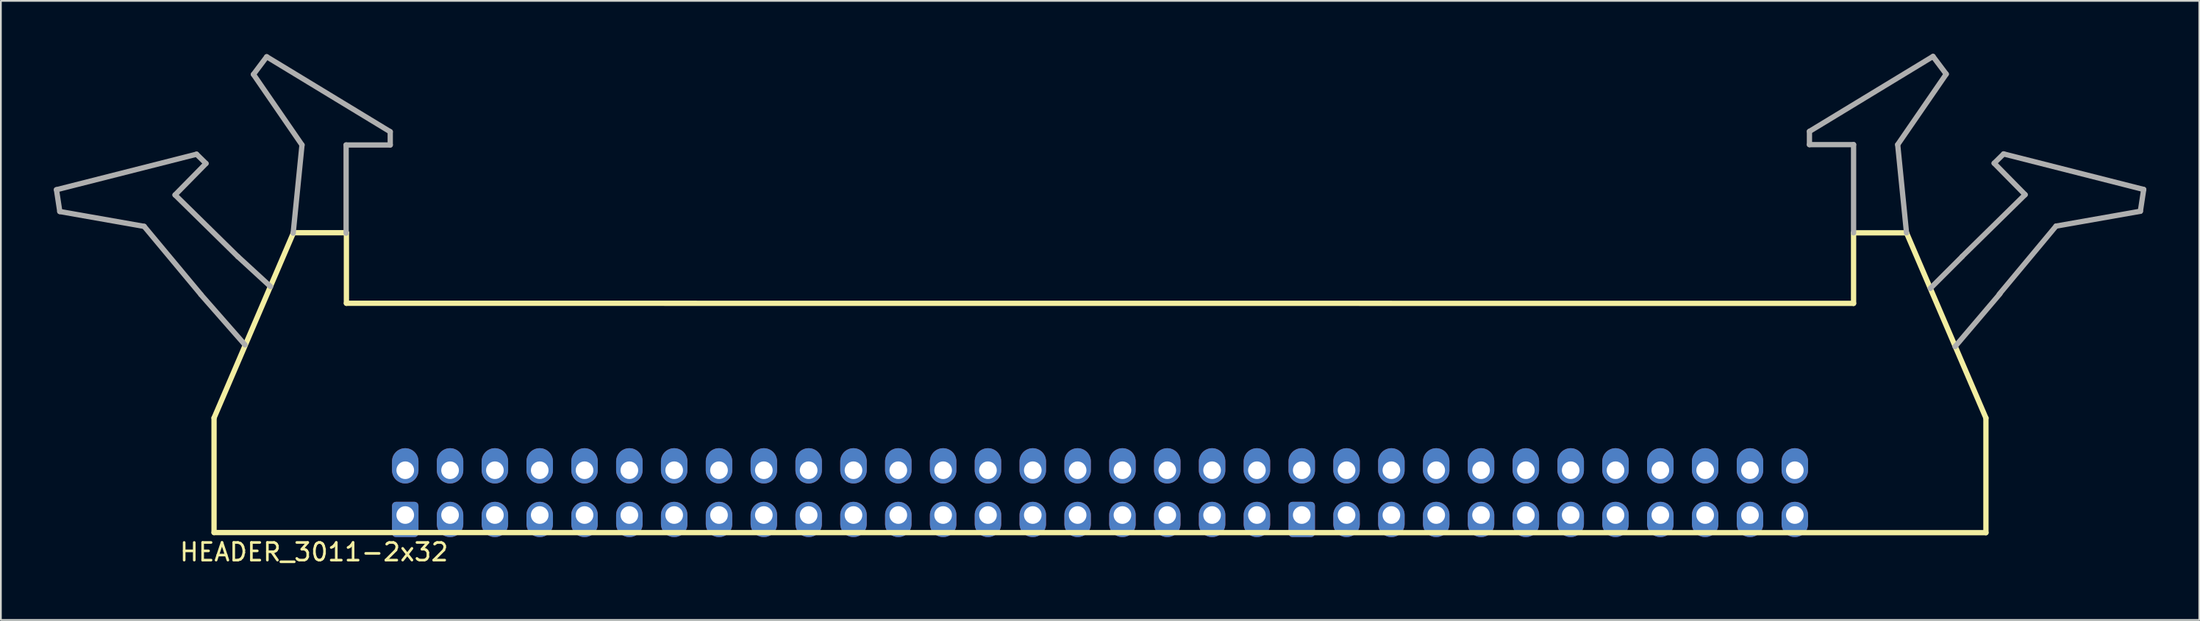
<source format=kicad_pcb>
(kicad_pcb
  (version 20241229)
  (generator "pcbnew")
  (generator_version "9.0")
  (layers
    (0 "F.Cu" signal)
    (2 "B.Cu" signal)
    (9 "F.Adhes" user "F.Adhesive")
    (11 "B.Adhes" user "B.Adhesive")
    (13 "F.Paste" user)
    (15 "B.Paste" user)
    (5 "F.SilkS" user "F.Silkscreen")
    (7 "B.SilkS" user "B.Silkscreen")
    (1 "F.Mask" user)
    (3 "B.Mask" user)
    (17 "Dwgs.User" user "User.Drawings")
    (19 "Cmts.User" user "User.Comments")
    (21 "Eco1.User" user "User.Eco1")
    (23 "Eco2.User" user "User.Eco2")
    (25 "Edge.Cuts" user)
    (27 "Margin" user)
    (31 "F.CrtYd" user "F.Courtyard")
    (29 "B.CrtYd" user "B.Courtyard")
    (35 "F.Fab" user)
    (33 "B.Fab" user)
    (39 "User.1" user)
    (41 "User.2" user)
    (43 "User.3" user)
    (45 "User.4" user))
  (footprint "HEADER_3011-2x32"
    (layer "F.Cu")
    (at 59.283 26.15)
    (property "Reference" "HEADER_3011-2x32" (at -44.54 2.1 0) (layer "F.SilkS") (effects (font (size 1 1) (thickness 0.15))))
    (attr through_hole)
    (fp_line (start -50.204 -5.506) (end -45.704 -16.006) (stroke (width 0.3) (type solid)) (layer "F.SilkS"))
    (fp_line (start -50.204 0.994) (end -50.204 -5.506) (stroke (width 0.3) (type solid)) (layer "F.SilkS"))
    (fp_line (start -50.204 0.994) (end 50.2 1) (stroke (width 0.3) (type solid)) (layer "F.SilkS"))
    (fp_line (start -45.704 -16.006) (end -42.704 -16.006) (stroke (width 0.3) (type solid)) (layer "F.SilkS"))
    (fp_line (start -42.704 -16.006) (end -42.704 -12.006) (stroke (width 0.3) (type solid)) (layer "F.SilkS"))
    (fp_line (start 42.7 -16) (end 42.7 -12) (stroke (width 0.3) (type solid)) (layer "F.SilkS"))
    (fp_line (start 42.7 -12) (end -42.704 -12.006) (stroke (width 0.3) (type solid)) (layer "F.SilkS"))
    (fp_line (start 45.7 -16) (end 42.7 -16) (stroke (width 0.3) (type solid)) (layer "F.SilkS"))
    (fp_line (start 50.2 -5.5) (end 45.7 -16) (stroke (width 0.3) (type solid)) (layer "F.SilkS"))
    (fp_line (start 50.2 1) (end 50.2 -5.5) (stroke (width 0.3) (type solid)) (layer "F.SilkS"))
    (fp_line (start -59.133 -18.444) (end -58.945 -17.208) (stroke (width 0.3) (type solid)) (layer "F.Fab"))
    (fp_line (start -58.945 -17.208) (end -54.165 -16.366) (stroke (width 0.3) (type solid)) (layer "F.Fab"))
    (fp_line (start -54.165 -16.366) (end -50.949 -12.504) (stroke (width 0.3) (type solid)) (layer "F.Fab"))
    (fp_line (start -52.413 -18.149) (end -50.66 -19.932) (stroke (width 0.3) (type solid)) (layer "F.Fab"))
    (fp_line (start -51.195 -20.457) (end -59.133 -18.444) (stroke (width 0.3) (type solid)) (layer "F.Fab"))
    (fp_line (start -50.95 -12.5) (end -48.45 -9.65) (stroke (width 0.3) (type solid)) (layer "F.Fab"))
    (fp_line (start -50.66 -19.932) (end -51.195 -20.457) (stroke (width 0.3) (type solid)) (layer "F.Fab"))
    (fp_line (start -48.85 -14.65) (end -47 -12.95) (stroke (width 0.3) (type solid)) (layer "F.Fab"))
    (fp_line (start -48.846 -14.644) (end -52.413 -18.149) (stroke (width 0.3) (type solid)) (layer "F.Fab"))
    (fp_line (start -47.97 -24.982) (end -45.22 -20.982) (stroke (width 0.3) (type solid)) (layer "F.Fab"))
    (fp_line (start -47.22 -25.982) (end -47.97 -24.982) (stroke (width 0.3) (type solid)) (layer "F.Fab"))
    (fp_line (start -45.22 -20.982) (end -45.72 -15.982) (stroke (width 0.3) (type solid)) (layer "F.Fab"))
    (fp_line (start -42.72 -20.982) (end -40.22 -20.982) (stroke (width 0.3) (type solid)) (layer "F.Fab"))
    (fp_line (start -42.72 -15.982) (end -42.72 -20.982) (stroke (width 0.3) (type solid)) (layer "F.Fab"))
    (fp_line (start -40.22 -21.732) (end -47.22 -25.982) (stroke (width 0.3) (type solid)) (layer "F.Fab"))
    (fp_line (start -40.22 -20.982) (end -40.22 -21.732) (stroke (width 0.3) (type solid)) (layer "F.Fab"))
    (fp_line (start 40.2 -21.75) (end 47.2 -26) (stroke (width 0.3) (type solid)) (layer "F.Fab"))
    (fp_line (start 40.2 -21) (end 40.2 -21.75) (stroke (width 0.3) (type solid)) (layer "F.Fab"))
    (fp_line (start 42.7 -21) (end 40.2 -21) (stroke (width 0.3) (type solid)) (layer "F.Fab"))
    (fp_line (start 42.7 -16) (end 42.7 -21) (stroke (width 0.3) (type solid)) (layer "F.Fab"))
    (fp_line (start 45.2 -21) (end 45.7 -16) (stroke (width 0.3) (type solid)) (layer "F.Fab"))
    (fp_line (start 47.2 -26) (end 47.95 -25) (stroke (width 0.3) (type solid)) (layer "F.Fab"))
    (fp_line (start 47.95 -25) (end 45.2 -21) (stroke (width 0.3) (type solid)) (layer "F.Fab"))
    (fp_line (start 48.85 -14.65) (end 47.05 -12.85) (stroke (width 0.3) (type solid)) (layer "F.Fab"))
    (fp_line (start 48.853 -14.659) (end 52.42 -18.164) (stroke (width 0.3) (type solid)) (layer "F.Fab"))
    (fp_line (start 50.667 -19.947) (end 51.202 -20.473) (stroke (width 0.3) (type solid)) (layer "F.Fab"))
    (fp_line (start 51 -12.55) (end 48.45 -9.55) (stroke (width 0.3) (type solid)) (layer "F.Fab"))
    (fp_line (start 51.202 -20.473) (end 59.14 -18.459) (stroke (width 0.3) (type solid)) (layer "F.Fab"))
    (fp_line (start 52.42 -18.164) (end 50.667 -19.947) (stroke (width 0.3) (type solid)) (layer "F.Fab"))
    (fp_line (start 54.172 -16.381) (end 50.956 -12.52) (stroke (width 0.3) (type solid)) (layer "F.Fab"))
    (fp_line (start 58.952 -17.223) (end 54.172 -16.381) (stroke (width 0.3) (type solid)) (layer "F.Fab"))
    (fp_line (start 59.14 -18.459) (end 58.952 -17.223) (stroke (width 0.3) (type solid)) (layer "F.Fab"))
    (pad "1" thru_hole roundrect (at -39.37 0) (size 1.5 2) (drill 1 (offset 0 0.25)) (layers "*.Cu" "*.Mask") (roundrect_rratio 0.15))
    (pad "2" thru_hole oval (at -39.37 -2.54 180) (size 1.5 2) (drill 1 (offset 0 0.25)) (layers "*.Cu" "*.Mask"))
    (pad "3" thru_hole oval (at -36.83 0) (size 1.5 2) (drill 1 (offset 0 0.25)) (layers "*.Cu" "*.Mask"))
    (pad "4" thru_hole oval (at -36.83 -2.54 180) (size 1.5 2) (drill 1 (offset 0 0.25)) (layers "*.Cu" "*.Mask"))
    (pad "5" thru_hole oval (at -34.29 0) (size 1.5 2) (drill 1 (offset 0 0.25)) (layers "*.Cu" "*.Mask"))
    (pad "6" thru_hole oval (at -34.29 -2.54 180) (size 1.5 2) (drill 1 (offset 0 0.25)) (layers "*.Cu" "*.Mask"))
    (pad "7" thru_hole oval (at -31.75 0) (size 1.5 2) (drill 1 (offset 0 0.25)) (layers "*.Cu" "*.Mask"))
    (pad "8" thru_hole oval (at -31.75 -2.54 180) (size 1.5 2) (drill 1 (offset 0 0.25)) (layers "*.Cu" "*.Mask"))
    (pad "9" thru_hole oval (at -29.21 0) (size 1.5 2) (drill 1 (offset 0 0.25)) (layers "*.Cu" "*.Mask"))
    (pad "10" thru_hole oval (at -29.21 -2.54 180) (size 1.5 2) (drill 1 (offset 0 0.25)) (layers "*.Cu" "*.Mask"))
    (pad "11" thru_hole oval (at -26.67 0) (size 1.5 2) (drill 1 (offset 0 0.25)) (layers "*.Cu" "*.Mask"))
    (pad "12" thru_hole oval (at -26.67 -2.54 180) (size 1.5 2) (drill 1 (offset 0 0.25)) (layers "*.Cu" "*.Mask"))
    (pad "13" thru_hole oval (at -24.13 0) (size 1.5 2) (drill 1 (offset 0 0.25)) (layers "*.Cu" "*.Mask"))
    (pad "14" thru_hole oval (at -24.13 -2.54 180) (size 1.5 2) (drill 1 (offset 0 0.25)) (layers "*.Cu" "*.Mask"))
    (pad "15" thru_hole oval (at -21.59 0) (size 1.5 2) (drill 1 (offset 0 0.25)) (layers "*.Cu" "*.Mask"))
    (pad "16" thru_hole oval (at -21.59 -2.54 180) (size 1.5 2) (drill 1 (offset 0 0.25)) (layers "*.Cu" "*.Mask"))
    (pad "17" thru_hole oval (at -19.05 0) (size 1.5 2) (drill 1 (offset 0 0.25)) (layers "*.Cu" "*.Mask"))
    (pad "18" thru_hole oval (at -19.05 -2.54 180) (size 1.5 2) (drill 1 (offset 0 0.25)) (layers "*.Cu" "*.Mask"))
    (pad "19" thru_hole oval (at -16.51 0) (size 1.5 2) (drill 1 (offset 0 0.25)) (layers "*.Cu" "*.Mask"))
    (pad "20" thru_hole oval (at -16.51 -2.54 180) (size 1.5 2) (drill 1 (offset 0 0.25)) (layers "*.Cu" "*.Mask"))
    (pad "21" thru_hole oval (at -13.97 0) (size 1.5 2) (drill 1 (offset 0 0.25)) (layers "*.Cu" "*.Mask"))
    (pad "22" thru_hole oval (at -13.97 -2.54 180) (size 1.5 2) (drill 1 (offset 0 0.25)) (layers "*.Cu" "*.Mask"))
    (pad "23" thru_hole oval (at -11.43 0) (size 1.5 2) (drill 1 (offset 0 0.25)) (layers "*.Cu" "*.Mask"))
    (pad "24" thru_hole oval (at -11.43 -2.54 180) (size 1.5 2) (drill 1 (offset 0 0.25)) (layers "*.Cu" "*.Mask"))
    (pad "25" thru_hole oval (at -8.89 0) (size 1.5 2) (drill 1 (offset 0 0.25)) (layers "*.Cu" "*.Mask"))
    (pad "26" thru_hole oval (at -8.89 -2.54 180) (size 1.5 2) (drill 1 (offset 0 0.25)) (layers "*.Cu" "*.Mask"))
    (pad "27" thru_hole oval (at -6.35 0) (size 1.5 2) (drill 1 (offset 0 0.25)) (layers "*.Cu" "*.Mask"))
    (pad "28" thru_hole oval (at -6.35 -2.54 180) (size 1.5 2) (drill 1 (offset 0 0.25)) (layers "*.Cu" "*.Mask"))
    (pad "29" thru_hole oval (at -3.81 0) (size 1.5 2) (drill 1 (offset 0 0.25)) (layers "*.Cu" "*.Mask"))
    (pad "30" thru_hole oval (at -3.81 -2.54 180) (size 1.5 2) (drill 1 (offset 0 0.25)) (layers "*.Cu" "*.Mask"))
    (pad "31" thru_hole oval (at -1.27 0) (size 1.5 2) (drill 1 (offset 0 0.25)) (layers "*.Cu" "*.Mask"))
    (pad "32" thru_hole oval (at -1.27 -2.54 180) (size 1.5 2) (drill 1 (offset 0 0.25)) (layers "*.Cu" "*.Mask"))
    (pad "33" thru_hole oval (at 1.27 0) (size 1.5 2) (drill 1 (offset 0 0.25)) (layers "*.Cu" "*.Mask"))
    (pad "34" thru_hole oval (at 1.27 -2.54 180) (size 1.5 2) (drill 1 (offset 0 0.25)) (layers "*.Cu" "*.Mask"))
    (pad "35" thru_hole oval (at 3.81 0) (size 1.5 2) (drill 1 (offset 0 0.25)) (layers "*.Cu" "*.Mask"))
    (pad "36" thru_hole oval (at 3.81 -2.54 180) (size 1.5 2) (drill 1 (offset 0 0.25)) (layers "*.Cu" "*.Mask"))
    (pad "37" thru_hole oval (at 6.35 0) (size 1.5 2) (drill 1 (offset 0 0.25)) (layers "*.Cu" "*.Mask"))
    (pad "38" thru_hole oval (at 6.35 -2.54 180) (size 1.5 2) (drill 1 (offset 0 0.25)) (layers "*.Cu" "*.Mask"))
    (pad "39" thru_hole oval (at 8.89 0) (size 1.5 2) (drill 1 (offset 0 0.25)) (layers "*.Cu" "*.Mask"))
    (pad "40" thru_hole oval (at 8.89 -2.54 180) (size 1.5 2) (drill 1 (offset 0 0.25)) (layers "*.Cu" "*.Mask"))
    (pad "41" thru_hole roundrect (at 11.43 0) (size 1.5 2) (drill 1 (offset 0 0.25)) (layers "*.Cu" "*.Mask") (roundrect_rratio 0.15))
    (pad "42" thru_hole oval (at 11.43 -2.54 180) (size 1.5 2) (drill 1 (offset 0 0.25)) (layers "*.Cu" "*.Mask"))
    (pad "43" thru_hole oval (at 13.97 0) (size 1.5 2) (drill 1 (offset 0 0.25)) (layers "*.Cu" "*.Mask"))
    (pad "44" thru_hole oval (at 13.97 -2.54 180) (size 1.5 2) (drill 1 (offset 0 0.25)) (layers "*.Cu" "*.Mask"))
    (pad "45" thru_hole oval (at 16.51 0) (size 1.5 2) (drill 1 (offset 0 0.25)) (layers "*.Cu" "*.Mask"))
    (pad "46" thru_hole oval (at 16.51 -2.54 180) (size 1.5 2) (drill 1 (offset 0 0.25)) (layers "*.Cu" "*.Mask"))
    (pad "47" thru_hole oval (at 19.05 0) (size 1.5 2) (drill 1 (offset 0 0.25)) (layers "*.Cu" "*.Mask"))
    (pad "48" thru_hole oval (at 19.05 -2.54 180) (size 1.5 2) (drill 1 (offset 0 0.25)) (layers "*.Cu" "*.Mask"))
    (pad "49" thru_hole oval (at 21.59 0) (size 1.5 2) (drill 1 (offset 0 0.25)) (layers "*.Cu" "*.Mask"))
    (pad "50" thru_hole oval (at 21.59 -2.54 180) (size 1.5 2) (drill 1 (offset 0 0.25)) (layers "*.Cu" "*.Mask"))
    (pad "51" thru_hole oval (at 24.13 0) (size 1.5 2) (drill 1 (offset 0 0.25)) (layers "*.Cu" "*.Mask"))
    (pad "52" thru_hole oval (at 24.13 -2.54 180) (size 1.5 2) (drill 1 (offset 0 0.25)) (layers "*.Cu" "*.Mask"))
    (pad "53" thru_hole oval (at 26.67 0) (size 1.5 2) (drill 1 (offset 0 0.25)) (layers "*.Cu" "*.Mask"))
    (pad "54" thru_hole oval (at 26.67 -2.54 180) (size 1.5 2) (drill 1 (offset 0 0.25)) (layers "*.Cu" "*.Mask"))
    (pad "55" thru_hole oval (at 29.21 0) (size 1.5 2) (drill 1 (offset 0 0.25)) (layers "*.Cu" "*.Mask"))
    (pad "56" thru_hole oval (at 29.21 -2.54 180) (size 1.5 2) (drill 1 (offset 0 0.25)) (layers "*.Cu" "*.Mask"))
    (pad "57" thru_hole oval (at 31.75 0) (size 1.5 2) (drill 1 (offset 0 0.25)) (layers "*.Cu" "*.Mask"))
    (pad "58" thru_hole oval (at 31.75 -2.54 180) (size 1.5 2) (drill 1 (offset 0 0.25)) (layers "*.Cu" "*.Mask"))
    (pad "59" thru_hole oval (at 34.29 0) (size 1.5 2) (drill 1 (offset 0 0.25)) (layers "*.Cu" "*.Mask"))
    (pad "60" thru_hole oval (at 34.29 -2.54 180) (size 1.5 2) (drill 1 (offset 0 0.25)) (layers "*.Cu" "*.Mask"))
    (pad "61" thru_hole oval (at 36.83 0) (size 1.5 2) (drill 1 (offset 0 0.25)) (layers "*.Cu" "*.Mask"))
    (pad "62" thru_hole oval (at 36.83 -2.54 180) (size 1.5 2) (drill 1 (offset 0 0.25)) (layers "*.Cu" "*.Mask"))
    (pad "63" thru_hole oval (at 39.37 0) (size 1.5 2) (drill 1 (offset 0 0.25)) (layers "*.Cu" "*.Mask"))
    (pad "64" thru_hole oval (at 39.37 -2.54 180) (size 1.5 2) (drill 1 (offset 0 0.25)) (layers "*.Cu" "*.Mask")))
  (gr_rect
    (start -3 -3)
    (end 121.573 32.098)
    (stroke (width 0.1) (type default))
    (fill no)
    (layer "Edge.Cuts")))
</source>
